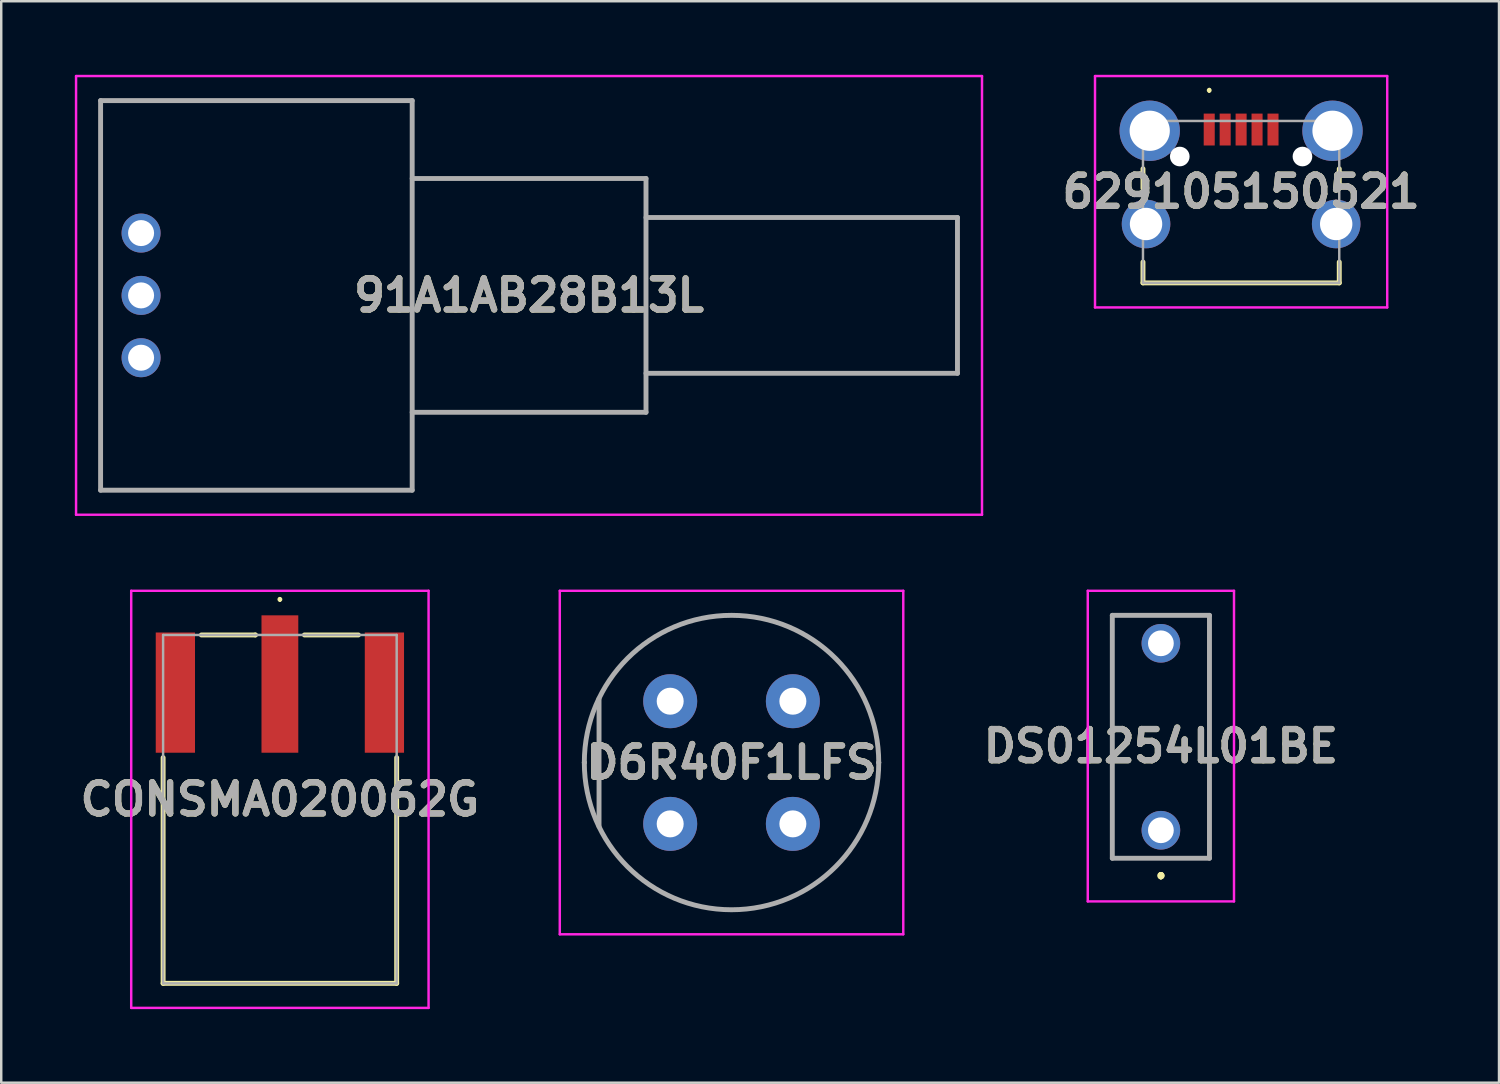
<source format=kicad_pcb>
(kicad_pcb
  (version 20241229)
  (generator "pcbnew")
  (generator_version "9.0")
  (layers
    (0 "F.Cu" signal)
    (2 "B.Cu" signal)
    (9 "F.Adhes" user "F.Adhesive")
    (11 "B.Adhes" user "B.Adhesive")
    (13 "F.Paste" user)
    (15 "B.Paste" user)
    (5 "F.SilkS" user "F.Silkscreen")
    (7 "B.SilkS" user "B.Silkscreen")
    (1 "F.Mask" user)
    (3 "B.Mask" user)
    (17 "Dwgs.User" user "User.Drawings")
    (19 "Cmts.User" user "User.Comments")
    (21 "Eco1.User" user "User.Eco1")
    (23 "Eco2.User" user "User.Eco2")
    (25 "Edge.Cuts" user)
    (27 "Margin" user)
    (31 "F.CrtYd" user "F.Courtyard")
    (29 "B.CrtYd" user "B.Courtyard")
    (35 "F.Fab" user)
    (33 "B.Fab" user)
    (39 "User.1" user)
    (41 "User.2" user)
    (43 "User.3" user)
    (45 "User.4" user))
  (footprint "91A1AB28B13L"
    (layer "F.Cu")
    (at 2.7 11.53)
    (property "Reference" "91A1AB28B13L" (at 15.813 -2.54 0) (layer "F.SilkS") (effects (font (size 1.27 1.27) (thickness 0.254))))
    (attr through_hole)
    (fp_line (start -1.65 -10.48) (end 11.05 -10.48) (stroke (width 0.1) (type solid)) (layer "F.SilkS"))
    (fp_line (start -1.65 5.4) (end -1.65 -10.48) (stroke (width 0.1) (type solid)) (layer "F.SilkS"))
    (fp_line (start 11.05 -10.48) (end 11.05 5.4) (stroke (width 0.1) (type solid)) (layer "F.SilkS"))
    (fp_line (start 11.05 5.4) (end -1.65 5.4) (stroke (width 0.1) (type solid)) (layer "F.SilkS"))
    (fp_line (start -2.65 -11.48) (end 34.275 -11.48) (stroke (width 0.1) (type solid)) (layer "F.CrtYd"))
    (fp_line (start -2.65 6.4) (end -2.65 -11.48) (stroke (width 0.1) (type solid)) (layer "F.CrtYd"))
    (fp_line (start 34.275 -11.48) (end 34.275 6.4) (stroke (width 0.1) (type solid)) (layer "F.CrtYd"))
    (fp_line (start 34.275 6.4) (end -2.65 6.4) (stroke (width 0.1) (type solid)) (layer "F.CrtYd"))
    (fp_line (start -1.65 -10.48) (end 11.05 -10.48) (stroke (width 0.2) (type solid)) (layer "F.Fab"))
    (fp_line (start -1.65 5.4) (end -1.65 -10.48) (stroke (width 0.2) (type solid)) (layer "F.Fab"))
    (fp_line (start 11.05 -10.48) (end 11.05 5.4) (stroke (width 0.2) (type solid)) (layer "F.Fab"))
    (fp_line (start 11.05 -7.305) (end 20.58 -7.305) (stroke (width 0.2) (type solid)) (layer "F.Fab"))
    (fp_line (start 11.05 5.4) (end -1.65 5.4) (stroke (width 0.2) (type solid)) (layer "F.Fab"))
    (fp_line (start 20.58 -7.305) (end 20.58 2.225) (stroke (width 0.2) (type solid)) (layer "F.Fab"))
    (fp_line (start 20.58 -5.715) (end 33.275 -5.715) (stroke (width 0.2) (type solid)) (layer "F.Fab"))
    (fp_line (start 20.58 2.225) (end 11.05 2.225) (stroke (width 0.2) (type solid)) (layer "F.Fab"))
    (fp_line (start 33.275 -5.715) (end 33.275 0.635) (stroke (width 0.2) (type solid)) (layer "F.Fab"))
    (fp_line (start 33.275 0.635) (end 20.58 0.635) (stroke (width 0.2) (type solid)) (layer "F.Fab"))
    (fp_text user "${REFERENCE}" (at 15.813 -2.54 0) (layer "F.Fab") (effects (font (size 1.27 1.27) (thickness 0.254))))
    (pad "1" thru_hole circle (at 0 0) (size 1.59 1.59) (drill 1.06) (layers "*.Cu" "*.Mask"))
    (pad "2" thru_hole circle (at 0 -2.54) (size 1.59 1.59) (drill 1.06) (layers "*.Cu" "*.Mask"))
    (pad "3" thru_hole circle (at 0 -5.08) (size 1.59 1.59) (drill 1.06) (layers "*.Cu" "*.Mask")))
  (footprint "629105150521"
    (layer "F.Cu")
    (at 47.536 5.18)
    (property "Reference" "629105150521" (at 0 -0.415 0) (layer "F.SilkS") (effects (font (size 1.27 1.27) (thickness 0.254))))
    (attr through_hole)
    (fp_line (start -4 -1.35) (end -4 -0.55) (stroke (width 0.2) (type solid)) (layer "F.SilkS"))
    (fp_line (start -4 2.45) (end -4 3.3) (stroke (width 0.2) (type solid)) (layer "F.SilkS"))
    (fp_line (start -4 3.3) (end 4 3.3) (stroke (width 0.2) (type solid)) (layer "F.SilkS"))
    (fp_line (start -1.3 -4.6) (end -1.3 -4.6) (stroke (width 0.1) (type solid)) (layer "F.SilkS"))
    (fp_line (start -1.3 -4.5) (end -1.3 -4.5) (stroke (width 0.1) (type solid)) (layer "F.SilkS"))
    (fp_line (start 4 -0.55) (end 4 -1.35) (stroke (width 0.2) (type solid)) (layer "F.SilkS"))
    (fp_line (start 4 3.3) (end 4 2.45) (stroke (width 0.2) (type solid)) (layer "F.SilkS"))
    (fp_arc (start -1.3 -4.6) (mid -1.25 -4.55) (end -1.3 -4.5) (stroke (width 0.1) (type solid)) (layer "F.SilkS"))
    (fp_arc (start -1.3 -4.5) (mid -1.35 -4.55) (end -1.3 -4.6) (stroke (width 0.1) (type solid)) (layer "F.SilkS"))
    (fp_line (start -5.955 -5.13) (end 5.955 -5.13) (stroke (width 0.1) (type solid)) (layer "F.CrtYd"))
    (fp_line (start -5.955 4.3) (end -5.955 -5.13) (stroke (width 0.1) (type solid)) (layer "F.CrtYd"))
    (fp_line (start 5.955 -5.13) (end 5.955 4.3) (stroke (width 0.1) (type solid)) (layer "F.CrtYd"))
    (fp_line (start 5.955 4.3) (end -5.955 4.3) (stroke (width 0.1) (type solid)) (layer "F.CrtYd"))
    (fp_line (start -4 -3.3) (end -4 3.3) (stroke (width 0.1) (type solid)) (layer "F.Fab"))
    (fp_line (start -4 3.3) (end 4 3.3) (stroke (width 0.1) (type solid)) (layer "F.Fab"))
    (fp_line (start 4 -3.3) (end -4 -3.3) (stroke (width 0.1) (type solid)) (layer "F.Fab"))
    (fp_line (start 4 3.3) (end 4 -3.3) (stroke (width 0.1) (type solid)) (layer "F.Fab"))
    (fp_text user "${REFERENCE}" (at 0 -0.415 0) (layer "F.Fab") (effects (font (size 1.27 1.27) (thickness 0.254))))
    (pad "" np_thru_hole circle (at -2.5 -1.85) (size 0.8 0.8) (drill 0.8) (layers "*.Cu" "*.Mask"))
    (pad "" np_thru_hole circle (at 2.5 -1.85) (size 0.8 0.8) (drill 0.8) (layers "*.Cu" "*.Mask"))
    (pad "1" smd rect (at -1.3 -2.95) (size 0.45 1.3) (layers "F.Cu" "F.Mask" "F.Paste"))
    (pad "2" smd rect (at -0.65 -2.95) (size 0.45 1.3) (layers "F.Cu" "F.Mask" "F.Paste"))
    (pad "3" smd rect (at 0 -2.95) (size 0.45 1.3) (layers "F.Cu" "F.Mask" "F.Paste"))
    (pad "4" smd rect (at 0.65 -2.95) (size 0.45 1.3) (layers "F.Cu" "F.Mask" "F.Paste"))
    (pad "5" smd rect (at 1.3 -2.95) (size 0.45 1.3) (layers "F.Cu" "F.Mask" "F.Paste"))
    (pad "MH1" thru_hole circle (at -3.725 -2.9) (size 2.46 2.46) (drill 1.64) (layers "*.Cu" "*.Mask"))
    (pad "MH2" thru_hole circle (at 3.725 -2.9) (size 2.46 2.46) (drill 1.64) (layers "*.Cu" "*.Mask"))
    (pad "MH3" thru_hole circle (at -3.875 0.9) (size 1.98 1.98) (drill 1.32) (layers "*.Cu" "*.Mask"))
    (pad "MH4" thru_hole circle (at 3.875 0.9) (size 1.98 1.98) (drill 1.32) (layers "*.Cu" "*.Mask")))
  (footprint "DS01254L01BE"
    (layer "F.Cu")
    (at 44.266 30.79)
    (property "Reference" "DS01254L01BE" (at 0 -3.43 0) (layer "F.SilkS") (effects (font (size 1.27 1.27) (thickness 0.254))))
    (attr through_hole)
    (fp_line (start -1.98 -8.76) (end 1.98 -8.76) (stroke (width 0.1) (type solid)) (layer "F.SilkS"))
    (fp_line (start -1.98 1.14) (end -1.98 -8.76) (stroke (width 0.1) (type solid)) (layer "F.SilkS"))
    (fp_line (start 0 1.8) (end 0 1.8) (stroke (width 0.2) (type solid)) (layer "F.SilkS"))
    (fp_line (start 0 1.9) (end 0 1.9) (stroke (width 0.2) (type solid)) (layer "F.SilkS"))
    (fp_line (start 0 1.9) (end 0 1.9) (stroke (width 0.2) (type solid)) (layer "F.SilkS"))
    (fp_line (start 1.98 -8.76) (end 1.98 1.14) (stroke (width 0.1) (type solid)) (layer "F.SilkS"))
    (fp_line (start 1.98 1.14) (end -1.98 1.14) (stroke (width 0.1) (type solid)) (layer "F.SilkS"))
    (fp_arc (start 0 1.8) (mid 0.05 1.85) (end 0 1.9) (stroke (width 0.2) (type solid)) (layer "F.SilkS"))
    (fp_arc (start 0 1.8) (mid 0.05 1.85) (end 0 1.9) (stroke (width 0.2) (type solid)) (layer "F.SilkS"))
    (fp_arc (start 0 1.9) (mid -0.05 1.85) (end 0 1.8) (stroke (width 0.2) (type solid)) (layer "F.SilkS"))
    (fp_line (start -2.98 -9.76) (end 2.98 -9.76) (stroke (width 0.1) (type solid)) (layer "F.CrtYd"))
    (fp_line (start -2.98 2.9) (end -2.98 -9.76) (stroke (width 0.1) (type solid)) (layer "F.CrtYd"))
    (fp_line (start 2.98 -9.76) (end 2.98 2.9) (stroke (width 0.1) (type solid)) (layer "F.CrtYd"))
    (fp_line (start 2.98 2.9) (end -2.98 2.9) (stroke (width 0.1) (type solid)) (layer "F.CrtYd"))
    (fp_line (start -1.98 -8.76) (end -1.98 1.14) (stroke (width 0.2) (type solid)) (layer "F.Fab"))
    (fp_line (start -1.98 1.14) (end 1.98 1.14) (stroke (width 0.2) (type solid)) (layer "F.Fab"))
    (fp_line (start 1.98 -8.76) (end -1.98 -8.76) (stroke (width 0.2) (type solid)) (layer "F.Fab"))
    (fp_line (start 1.98 1.14) (end 1.98 -8.76) (stroke (width 0.2) (type solid)) (layer "F.Fab"))
    (fp_text user "${REFERENCE}" (at 0 -3.43 0) (layer "F.Fab") (effects (font (size 1.27 1.27) (thickness 0.254))))
    (pad "1" thru_hole circle (at 0 0) (size 1.575 1.575) (drill 1.05) (layers "*.Cu" "*.Mask"))
    (pad "2" thru_hole circle (at 0 -7.62) (size 1.575 1.575) (drill 1.05) (layers "*.Cu" "*.Mask")))
  (footprint "CONSMA020062G"
    (layer "F.Cu")
    (at 8.358 29.93)
    (property "Reference" "CONSMA020062G" (at 0 -0.4 0) (layer "F.SilkS") (effects (font (size 1.27 1.27) (thickness 0.254))))
    (attr smd)
    (fp_line (start -4.76 -2.1) (end -4.76 7.1) (stroke (width 0.2) (type solid)) (layer "F.SilkS"))
    (fp_line (start -4.76 7.1) (end 4.76 7.1) (stroke (width 0.2) (type solid)) (layer "F.SilkS"))
    (fp_line (start -1 -7.1) (end -3.2 -7.1) (stroke (width 0.2) (type solid)) (layer "F.SilkS"))
    (fp_line (start -1 -7.1) (end -1 -7.1) (stroke (width 0.2) (type solid)) (layer "F.SilkS"))
    (fp_line (start 0 -8.6) (end 0 -8.6) (stroke (width 0.1) (type solid)) (layer "F.SilkS"))
    (fp_line (start 0 -8.5) (end 0 -8.5) (stroke (width 0.1) (type solid)) (layer "F.SilkS"))
    (fp_line (start 3.2 -7.1) (end 1 -7.1) (stroke (width 0.2) (type solid)) (layer "F.SilkS"))
    (fp_line (start 4.76 7.1) (end 4.76 -2.1) (stroke (width 0.2) (type solid)) (layer "F.SilkS"))
    (fp_arc (start 0 -8.6) (mid 0.05 -8.55) (end 0 -8.5) (stroke (width 0.1) (type solid)) (layer "F.SilkS"))
    (fp_arc (start 0 -8.5) (mid -0.05 -8.55) (end 0 -8.6) (stroke (width 0.1) (type solid)) (layer "F.SilkS"))
    (fp_line (start -6.06 -8.9) (end 6.06 -8.9) (stroke (width 0.1) (type solid)) (layer "F.CrtYd"))
    (fp_line (start -6.06 8.1) (end -6.06 -8.9) (stroke (width 0.1) (type solid)) (layer "F.CrtYd"))
    (fp_line (start 6.06 -8.9) (end 6.06 8.1) (stroke (width 0.1) (type solid)) (layer "F.CrtYd"))
    (fp_line (start 6.06 8.1) (end -6.06 8.1) (stroke (width 0.1) (type solid)) (layer "F.CrtYd"))
    (fp_line (start -4.76 -7.1) (end -4.76 7.1) (stroke (width 0.1) (type solid)) (layer "F.Fab"))
    (fp_line (start -4.76 7.1) (end 4.76 7.1) (stroke (width 0.1) (type solid)) (layer "F.Fab"))
    (fp_line (start 4.76 -7.1) (end -4.76 -7.1) (stroke (width 0.1) (type solid)) (layer "F.Fab"))
    (fp_line (start 4.76 7.1) (end 4.76 -7.1) (stroke (width 0.1) (type solid)) (layer "F.Fab"))
    (fp_text user "${REFERENCE}" (at 0 -0.4 0) (layer "F.Fab") (effects (font (size 1.27 1.27) (thickness 0.254))))
    (pad "1" smd rect (at 0 -5.1) (size 1.5 5.6) (layers "F.Cu" "F.Mask" "F.Paste"))
    (pad "2" smd rect (at -4.26 -4.75) (size 1.6 4.9) (layers "F.Cu" "F.Mask" "F.Paste"))
    (pad "3" smd rect (at 4.26 -4.75) (size 1.6 4.9) (layers "F.Cu" "F.Mask" "F.Paste")))
  (footprint "D6R40F1LFS"
    (layer "F.Cu")
    (at 24.266 25.55)
    (property "Reference" "D6R40F1LFS" (at 2.5 2.48 0) (layer "F.SilkS") (effects (font (size 1.27 1.27) (thickness 0.254))))
    (attr through_hole)
    (fp_line (start -3.5 2.48) (end -3.5 2.48) (stroke (width 0.1) (type solid)) (layer "F.SilkS"))
    (fp_line (start -2.9 -0.12) (end -2.9 5.08) (stroke (width 0.1) (type solid)) (layer "F.SilkS"))
    (fp_line (start 8.5 2.48) (end 8.5 2.48) (stroke (width 0.1) (type solid)) (layer "F.SilkS"))
    (fp_arc (start -3.5 2.48) (mid 2.5 -3.52) (end 8.5 2.48) (stroke (width 0.1) (type solid)) (layer "F.SilkS"))
    (fp_arc (start 8.5 2.48) (mid 2.5 8.48) (end -3.5 2.48) (stroke (width 0.1) (type solid)) (layer "F.SilkS"))
    (fp_line (start -4.5 -4.52) (end 9.5 -4.52) (stroke (width 0.1) (type solid)) (layer "F.CrtYd"))
    (fp_line (start -4.5 9.48) (end -4.5 -4.52) (stroke (width 0.1) (type solid)) (layer "F.CrtYd"))
    (fp_line (start 9.5 -4.52) (end 9.5 9.48) (stroke (width 0.1) (type solid)) (layer "F.CrtYd"))
    (fp_line (start 9.5 9.48) (end -4.5 9.48) (stroke (width 0.1) (type solid)) (layer "F.CrtYd"))
    (fp_line (start -3.5 2.48) (end -3.5 2.48) (stroke (width 0.2) (type solid)) (layer "F.Fab"))
    (fp_line (start -2.9 -0.12) (end -2.9 5.08) (stroke (width 0.2) (type solid)) (layer "F.Fab"))
    (fp_line (start 8.5 2.48) (end 8.5 2.48) (stroke (width 0.2) (type solid)) (layer "F.Fab"))
    (fp_arc (start -3.5 2.48) (mid 2.5 -3.52) (end 8.5 2.48) (stroke (width 0.2) (type solid)) (layer "F.Fab"))
    (fp_arc (start 8.5 2.48) (mid 2.5 8.48) (end -3.5 2.48) (stroke (width 0.2) (type solid)) (layer "F.Fab"))
    (fp_text user "${REFERENCE}" (at 2.5 2.48 0) (layer "F.Fab") (effects (font (size 1.27 1.27) (thickness 0.254))))
    (pad "1" thru_hole circle (at 0 -0.02) (size 2.2 2.2) (drill 1.1) (layers "*.Cu" "*.Mask"))
    (pad "2" thru_hole circle (at 5 -0.02) (size 2.2 2.2) (drill 1.1) (layers "*.Cu" "*.Mask"))
    (pad "3" thru_hole circle (at 0 4.98) (size 2.2 2.2) (drill 1.1) (layers "*.Cu" "*.Mask"))
    (pad "4" thru_hole circle (at 5 4.98) (size 2.2 2.2) (drill 1.1) (layers "*.Cu" "*.Mask")))
  (gr_rect
    (start -3 -3)
    (end 58.047 41.08)
    (stroke (width 0.1) (type default))
    (fill no)
    (layer "Edge.Cuts")))
</source>
